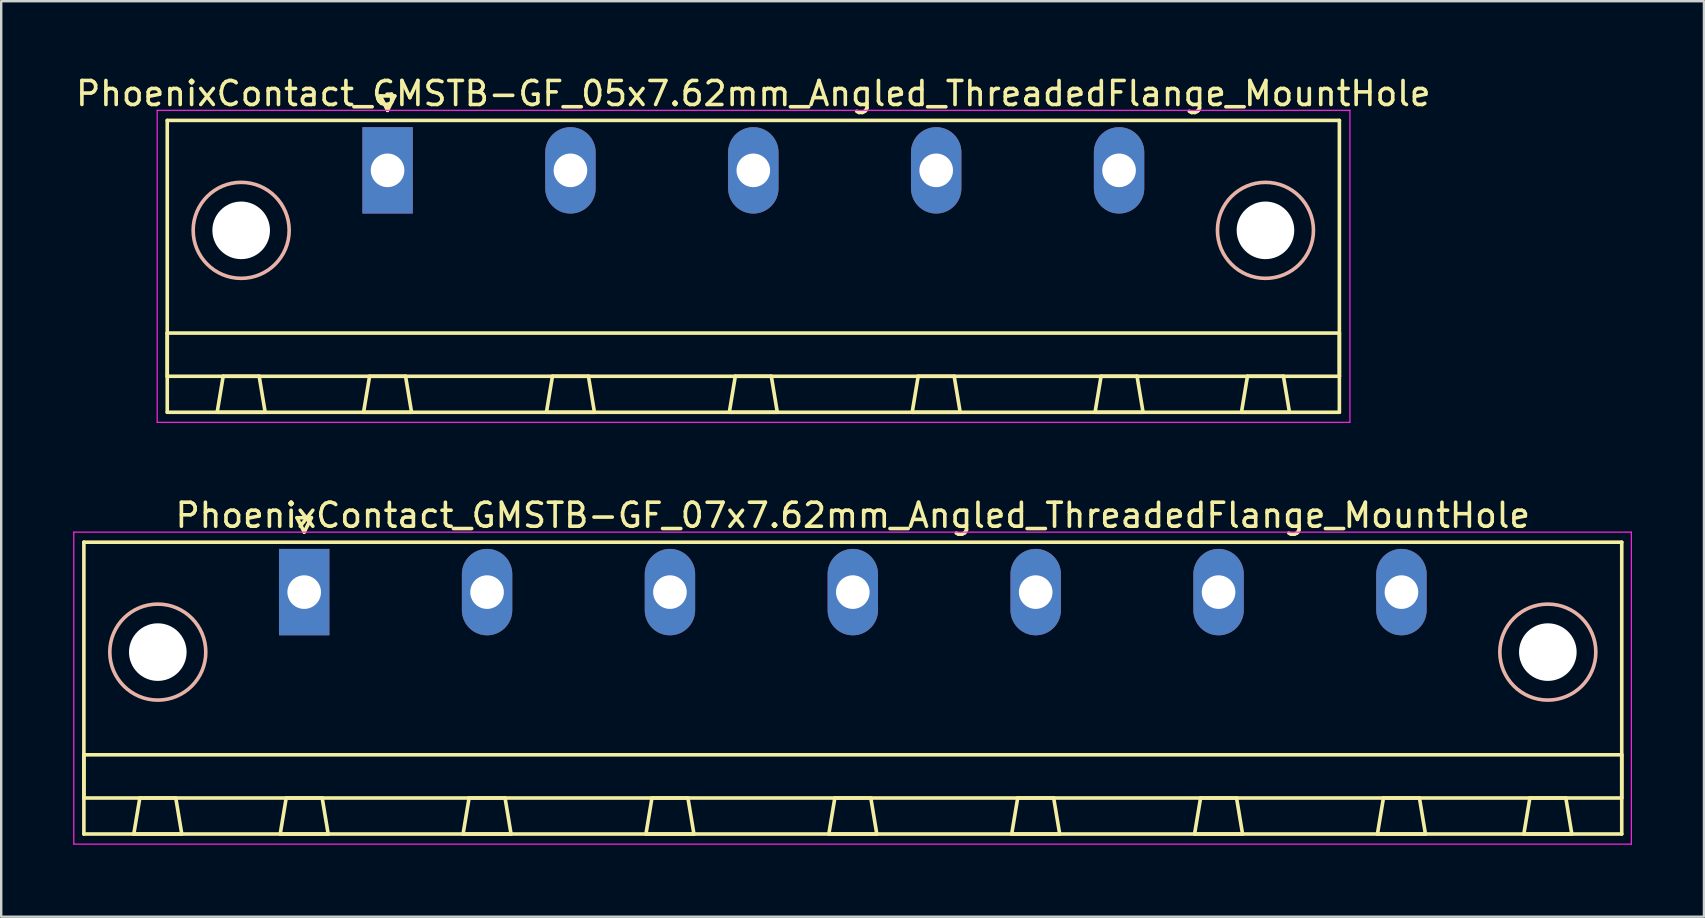
<source format=kicad_pcb>
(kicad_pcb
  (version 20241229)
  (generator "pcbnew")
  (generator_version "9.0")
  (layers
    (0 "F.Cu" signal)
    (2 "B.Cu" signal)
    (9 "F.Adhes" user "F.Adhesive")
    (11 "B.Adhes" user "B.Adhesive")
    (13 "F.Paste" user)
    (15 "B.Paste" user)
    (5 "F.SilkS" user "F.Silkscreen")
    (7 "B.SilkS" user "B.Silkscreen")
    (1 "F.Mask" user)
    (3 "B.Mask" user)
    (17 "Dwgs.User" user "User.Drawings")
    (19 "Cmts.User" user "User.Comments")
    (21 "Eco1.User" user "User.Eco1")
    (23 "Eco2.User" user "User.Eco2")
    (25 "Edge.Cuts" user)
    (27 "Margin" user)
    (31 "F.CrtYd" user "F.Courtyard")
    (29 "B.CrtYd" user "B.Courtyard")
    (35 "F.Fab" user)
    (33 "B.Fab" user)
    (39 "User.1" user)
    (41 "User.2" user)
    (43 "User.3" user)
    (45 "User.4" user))
  (footprint "PhoenixContact_GMSTB-GF_07x7.62mm_Angled_ThreadedFlange_MountHole"
    (layer "F.Cu")
    (at 9.625 21.622)
    (property "Reference" "PhoenixContact_GMSTB-GF_07x7.62mm_Angled_ThreadedFlange_MountHole" (at 22.86 -3.2 0) (layer "F.SilkS") (effects (font (size 1 1) (thickness 0.15))))
    (attr through_hole)
    (fp_line (start -9.18 -2.08) (end -9.18 10.08) (stroke (width 0.15) (type solid)) (layer "F.SilkS"))
    (fp_line (start -9.18 6.78) (end 54.9 6.78) (stroke (width 0.15) (type solid)) (layer "F.SilkS"))
    (fp_line (start -9.18 8.58) (end -9.18 6.78) (stroke (width 0.15) (type solid)) (layer "F.SilkS"))
    (fp_line (start -9.18 10.08) (end 54.9 10.08) (stroke (width 0.15) (type solid)) (layer "F.SilkS"))
    (fp_line (start -7.1 10.08) (end -5.1 10.08) (stroke (width 0.15) (type solid)) (layer "F.SilkS"))
    (fp_line (start -6.85 8.58) (end -7.1 10.08) (stroke (width 0.15) (type solid)) (layer "F.SilkS"))
    (fp_line (start -5.35 8.58) (end -6.85 8.58) (stroke (width 0.15) (type solid)) (layer "F.SilkS"))
    (fp_line (start -5.1 10.08) (end -5.35 8.58) (stroke (width 0.15) (type solid)) (layer "F.SilkS"))
    (fp_line (start -1 10.08) (end 1 10.08) (stroke (width 0.15) (type solid)) (layer "F.SilkS"))
    (fp_line (start -0.75 8.58) (end -1 10.08) (stroke (width 0.15) (type solid)) (layer "F.SilkS"))
    (fp_line (start -0.3 -3.1) (end 0 -2.5) (stroke (width 0.15) (type solid)) (layer "F.SilkS"))
    (fp_line (start 0 -2.5) (end 0.3 -3.1) (stroke (width 0.15) (type solid)) (layer "F.SilkS"))
    (fp_line (start 0.3 -3.1) (end -0.3 -3.1) (stroke (width 0.15) (type solid)) (layer "F.SilkS"))
    (fp_line (start 0.75 8.58) (end -0.75 8.58) (stroke (width 0.15) (type solid)) (layer "F.SilkS"))
    (fp_line (start 1 10.08) (end 0.75 8.58) (stroke (width 0.15) (type solid)) (layer "F.SilkS"))
    (fp_line (start 6.62 10.08) (end 8.62 10.08) (stroke (width 0.15) (type solid)) (layer "F.SilkS"))
    (fp_line (start 6.87 8.58) (end 6.62 10.08) (stroke (width 0.15) (type solid)) (layer "F.SilkS"))
    (fp_line (start 8.37 8.58) (end 6.87 8.58) (stroke (width 0.15) (type solid)) (layer "F.SilkS"))
    (fp_line (start 8.62 10.08) (end 8.37 8.58) (stroke (width 0.15) (type solid)) (layer "F.SilkS"))
    (fp_line (start 14.24 10.08) (end 16.24 10.08) (stroke (width 0.15) (type solid)) (layer "F.SilkS"))
    (fp_line (start 14.49 8.58) (end 14.24 10.08) (stroke (width 0.15) (type solid)) (layer "F.SilkS"))
    (fp_line (start 15.99 8.58) (end 14.49 8.58) (stroke (width 0.15) (type solid)) (layer "F.SilkS"))
    (fp_line (start 16.24 10.08) (end 15.99 8.58) (stroke (width 0.15) (type solid)) (layer "F.SilkS"))
    (fp_line (start 21.86 10.08) (end 23.86 10.08) (stroke (width 0.15) (type solid)) (layer "F.SilkS"))
    (fp_line (start 22.11 8.58) (end 21.86 10.08) (stroke (width 0.15) (type solid)) (layer "F.SilkS"))
    (fp_line (start 23.61 8.58) (end 22.11 8.58) (stroke (width 0.15) (type solid)) (layer "F.SilkS"))
    (fp_line (start 23.86 10.08) (end 23.61 8.58) (stroke (width 0.15) (type solid)) (layer "F.SilkS"))
    (fp_line (start 29.48 10.08) (end 31.48 10.08) (stroke (width 0.15) (type solid)) (layer "F.SilkS"))
    (fp_line (start 29.73 8.58) (end 29.48 10.08) (stroke (width 0.15) (type solid)) (layer "F.SilkS"))
    (fp_line (start 31.23 8.58) (end 29.73 8.58) (stroke (width 0.15) (type solid)) (layer "F.SilkS"))
    (fp_line (start 31.48 10.08) (end 31.23 8.58) (stroke (width 0.15) (type solid)) (layer "F.SilkS"))
    (fp_line (start 37.1 10.08) (end 39.1 10.08) (stroke (width 0.15) (type solid)) (layer "F.SilkS"))
    (fp_line (start 37.35 8.58) (end 37.1 10.08) (stroke (width 0.15) (type solid)) (layer "F.SilkS"))
    (fp_line (start 38.85 8.58) (end 37.35 8.58) (stroke (width 0.15) (type solid)) (layer "F.SilkS"))
    (fp_line (start 39.1 10.08) (end 38.85 8.58) (stroke (width 0.15) (type solid)) (layer "F.SilkS"))
    (fp_line (start 44.72 10.08) (end 46.72 10.08) (stroke (width 0.15) (type solid)) (layer "F.SilkS"))
    (fp_line (start 44.97 8.58) (end 44.72 10.08) (stroke (width 0.15) (type solid)) (layer "F.SilkS"))
    (fp_line (start 46.47 8.58) (end 44.97 8.58) (stroke (width 0.15) (type solid)) (layer "F.SilkS"))
    (fp_line (start 46.72 10.08) (end 46.47 8.58) (stroke (width 0.15) (type solid)) (layer "F.SilkS"))
    (fp_line (start 50.82 10.08) (end 52.82 10.08) (stroke (width 0.15) (type solid)) (layer "F.SilkS"))
    (fp_line (start 51.07 8.58) (end 50.82 10.08) (stroke (width 0.15) (type solid)) (layer "F.SilkS"))
    (fp_line (start 52.57 8.58) (end 51.07 8.58) (stroke (width 0.15) (type solid)) (layer "F.SilkS"))
    (fp_line (start 52.82 10.08) (end 52.57 8.58) (stroke (width 0.15) (type solid)) (layer "F.SilkS"))
    (fp_line (start 54.9 -2.08) (end -9.18 -2.08) (stroke (width 0.15) (type solid)) (layer "F.SilkS"))
    (fp_line (start 54.9 6.78) (end 54.9 8.58) (stroke (width 0.15) (type solid)) (layer "F.SilkS"))
    (fp_line (start 54.9 8.58) (end -9.18 8.58) (stroke (width 0.15) (type solid)) (layer "F.SilkS"))
    (fp_line (start 54.9 10.08) (end 54.9 -2.08) (stroke (width 0.15) (type solid)) (layer "F.SilkS"))
    (fp_circle (center -6.1 2.5) (end -4.1 2.5) (stroke (width 0.15) (type solid)) (fill no) (layer "B.SilkS"))
    (fp_circle (center 51.82 2.5) (end 53.82 2.5) (stroke (width 0.15) (type solid)) (fill no) (layer "B.SilkS"))
    (fp_line (start -9.6 -2.5) (end -9.6 10.5) (stroke (width 0.05) (type solid)) (layer "F.CrtYd"))
    (fp_line (start -9.6 10.5) (end 55.3 10.5) (stroke (width 0.05) (type solid)) (layer "F.CrtYd"))
    (fp_line (start 55.3 -2.5) (end -9.6 -2.5) (stroke (width 0.05) (type solid)) (layer "F.CrtYd"))
    (fp_line (start 55.3 10.5) (end 55.3 -2.5) (stroke (width 0.05) (type solid)) (layer "F.CrtYd"))
    (pad "" np_thru_hole circle (at -6.1 2.5) (size 2.4 2.4) (drill 2.4) (layers "*.Cu" "*.Mask"))
    (pad "" np_thru_hole circle (at 51.82 2.5) (size 2.4 2.4) (drill 2.4) (layers "*.Cu" "*.Mask"))
    (pad "1" thru_hole rect (at 0 0) (size 2.1 3.6) (drill 1.4) (layers "*.Cu" "*.Mask"))
    (pad "2" thru_hole oval (at 7.62 0) (size 2.1 3.6) (drill 1.4) (layers "*.Cu" "*.Mask"))
    (pad "3" thru_hole oval (at 15.24 0) (size 2.1 3.6) (drill 1.4) (layers "*.Cu" "*.Mask"))
    (pad "4" thru_hole oval (at 22.86 0) (size 2.1 3.6) (drill 1.4) (layers "*.Cu" "*.Mask"))
    (pad "5" thru_hole oval (at 30.48 0) (size 2.1 3.6) (drill 1.4) (layers "*.Cu" "*.Mask"))
    (pad "6" thru_hole oval (at 38.1 0) (size 2.1 3.6) (drill 1.4) (layers "*.Cu" "*.Mask"))
    (pad "7" thru_hole oval (at 45.72 0) (size 2.1 3.6) (drill 1.4) (layers "*.Cu" "*.Mask")))
  (footprint "PhoenixContact_GMSTB-GF_05x7.62mm_Angled_ThreadedFlange_MountHole"
    (layer "F.Cu")
    (at 13.099 4.048)
    (property "Reference" "PhoenixContact_GMSTB-GF_05x7.62mm_Angled_ThreadedFlange_MountHole" (at 15.24 -3.2 0) (layer "F.SilkS") (effects (font (size 1 1) (thickness 0.15))))
    (attr through_hole)
    (fp_line (start -9.18 -2.08) (end -9.18 10.08) (stroke (width 0.15) (type solid)) (layer "F.SilkS"))
    (fp_line (start -9.18 6.78) (end 39.66 6.78) (stroke (width 0.15) (type solid)) (layer "F.SilkS"))
    (fp_line (start -9.18 8.58) (end -9.18 6.78) (stroke (width 0.15) (type solid)) (layer "F.SilkS"))
    (fp_line (start -9.18 10.08) (end 39.66 10.08) (stroke (width 0.15) (type solid)) (layer "F.SilkS"))
    (fp_line (start -7.1 10.08) (end -5.1 10.08) (stroke (width 0.15) (type solid)) (layer "F.SilkS"))
    (fp_line (start -6.85 8.58) (end -7.1 10.08) (stroke (width 0.15) (type solid)) (layer "F.SilkS"))
    (fp_line (start -5.35 8.58) (end -6.85 8.58) (stroke (width 0.15) (type solid)) (layer "F.SilkS"))
    (fp_line (start -5.1 10.08) (end -5.35 8.58) (stroke (width 0.15) (type solid)) (layer "F.SilkS"))
    (fp_line (start -1 10.08) (end 1 10.08) (stroke (width 0.15) (type solid)) (layer "F.SilkS"))
    (fp_line (start -0.75 8.58) (end -1 10.08) (stroke (width 0.15) (type solid)) (layer "F.SilkS"))
    (fp_line (start -0.3 -3.1) (end 0 -2.5) (stroke (width 0.15) (type solid)) (layer "F.SilkS"))
    (fp_line (start 0 -2.5) (end 0.3 -3.1) (stroke (width 0.15) (type solid)) (layer "F.SilkS"))
    (fp_line (start 0.3 -3.1) (end -0.3 -3.1) (stroke (width 0.15) (type solid)) (layer "F.SilkS"))
    (fp_line (start 0.75 8.58) (end -0.75 8.58) (stroke (width 0.15) (type solid)) (layer "F.SilkS"))
    (fp_line (start 1 10.08) (end 0.75 8.58) (stroke (width 0.15) (type solid)) (layer "F.SilkS"))
    (fp_line (start 6.62 10.08) (end 8.62 10.08) (stroke (width 0.15) (type solid)) (layer "F.SilkS"))
    (fp_line (start 6.87 8.58) (end 6.62 10.08) (stroke (width 0.15) (type solid)) (layer "F.SilkS"))
    (fp_line (start 8.37 8.58) (end 6.87 8.58) (stroke (width 0.15) (type solid)) (layer "F.SilkS"))
    (fp_line (start 8.62 10.08) (end 8.37 8.58) (stroke (width 0.15) (type solid)) (layer "F.SilkS"))
    (fp_line (start 14.24 10.08) (end 16.24 10.08) (stroke (width 0.15) (type solid)) (layer "F.SilkS"))
    (fp_line (start 14.49 8.58) (end 14.24 10.08) (stroke (width 0.15) (type solid)) (layer "F.SilkS"))
    (fp_line (start 15.99 8.58) (end 14.49 8.58) (stroke (width 0.15) (type solid)) (layer "F.SilkS"))
    (fp_line (start 16.24 10.08) (end 15.99 8.58) (stroke (width 0.15) (type solid)) (layer "F.SilkS"))
    (fp_line (start 21.86 10.08) (end 23.86 10.08) (stroke (width 0.15) (type solid)) (layer "F.SilkS"))
    (fp_line (start 22.11 8.58) (end 21.86 10.08) (stroke (width 0.15) (type solid)) (layer "F.SilkS"))
    (fp_line (start 23.61 8.58) (end 22.11 8.58) (stroke (width 0.15) (type solid)) (layer "F.SilkS"))
    (fp_line (start 23.86 10.08) (end 23.61 8.58) (stroke (width 0.15) (type solid)) (layer "F.SilkS"))
    (fp_line (start 29.48 10.08) (end 31.48 10.08) (stroke (width 0.15) (type solid)) (layer "F.SilkS"))
    (fp_line (start 29.73 8.58) (end 29.48 10.08) (stroke (width 0.15) (type solid)) (layer "F.SilkS"))
    (fp_line (start 31.23 8.58) (end 29.73 8.58) (stroke (width 0.15) (type solid)) (layer "F.SilkS"))
    (fp_line (start 31.48 10.08) (end 31.23 8.58) (stroke (width 0.15) (type solid)) (layer "F.SilkS"))
    (fp_line (start 35.58 10.08) (end 37.58 10.08) (stroke (width 0.15) (type solid)) (layer "F.SilkS"))
    (fp_line (start 35.83 8.58) (end 35.58 10.08) (stroke (width 0.15) (type solid)) (layer "F.SilkS"))
    (fp_line (start 37.33 8.58) (end 35.83 8.58) (stroke (width 0.15) (type solid)) (layer "F.SilkS"))
    (fp_line (start 37.58 10.08) (end 37.33 8.58) (stroke (width 0.15) (type solid)) (layer "F.SilkS"))
    (fp_line (start 39.66 -2.08) (end -9.18 -2.08) (stroke (width 0.15) (type solid)) (layer "F.SilkS"))
    (fp_line (start 39.66 6.78) (end 39.66 8.58) (stroke (width 0.15) (type solid)) (layer "F.SilkS"))
    (fp_line (start 39.66 8.58) (end -9.18 8.58) (stroke (width 0.15) (type solid)) (layer "F.SilkS"))
    (fp_line (start 39.66 10.08) (end 39.66 -2.08) (stroke (width 0.15) (type solid)) (layer "F.SilkS"))
    (fp_circle (center -6.1 2.5) (end -4.1 2.5) (stroke (width 0.15) (type solid)) (fill no) (layer "B.SilkS"))
    (fp_circle (center 36.58 2.5) (end 38.58 2.5) (stroke (width 0.15) (type solid)) (fill no) (layer "B.SilkS"))
    (fp_line (start -9.6 -2.5) (end -9.6 10.5) (stroke (width 0.05) (type solid)) (layer "F.CrtYd"))
    (fp_line (start -9.6 10.5) (end 40.1 10.5) (stroke (width 0.05) (type solid)) (layer "F.CrtYd"))
    (fp_line (start 40.1 -2.5) (end -9.6 -2.5) (stroke (width 0.05) (type solid)) (layer "F.CrtYd"))
    (fp_line (start 40.1 10.5) (end 40.1 -2.5) (stroke (width 0.05) (type solid)) (layer "F.CrtYd"))
    (pad "" np_thru_hole circle (at -6.1 2.5) (size 2.4 2.4) (drill 2.4) (layers "*.Cu" "*.Mask"))
    (pad "" np_thru_hole circle (at 36.58 2.5) (size 2.4 2.4) (drill 2.4) (layers "*.Cu" "*.Mask"))
    (pad "1" thru_hole rect (at 0 0) (size 2.1 3.6) (drill 1.4) (layers "*.Cu" "*.Mask"))
    (pad "2" thru_hole oval (at 7.62 0) (size 2.1 3.6) (drill 1.4) (layers "*.Cu" "*.Mask"))
    (pad "3" thru_hole oval (at 15.24 0) (size 2.1 3.6) (drill 1.4) (layers "*.Cu" "*.Mask"))
    (pad "4" thru_hole oval (at 22.86 0) (size 2.1 3.6) (drill 1.4) (layers "*.Cu" "*.Mask"))
    (pad "5" thru_hole oval (at 30.48 0) (size 2.1 3.6) (drill 1.4) (layers "*.Cu" "*.Mask")))
  (gr_rect
    (start -3 -3)
    (end 67.95 35.147)
    (stroke (width 0.1) (type default))
    (fill no)
    (layer "Edge.Cuts")))
</source>
